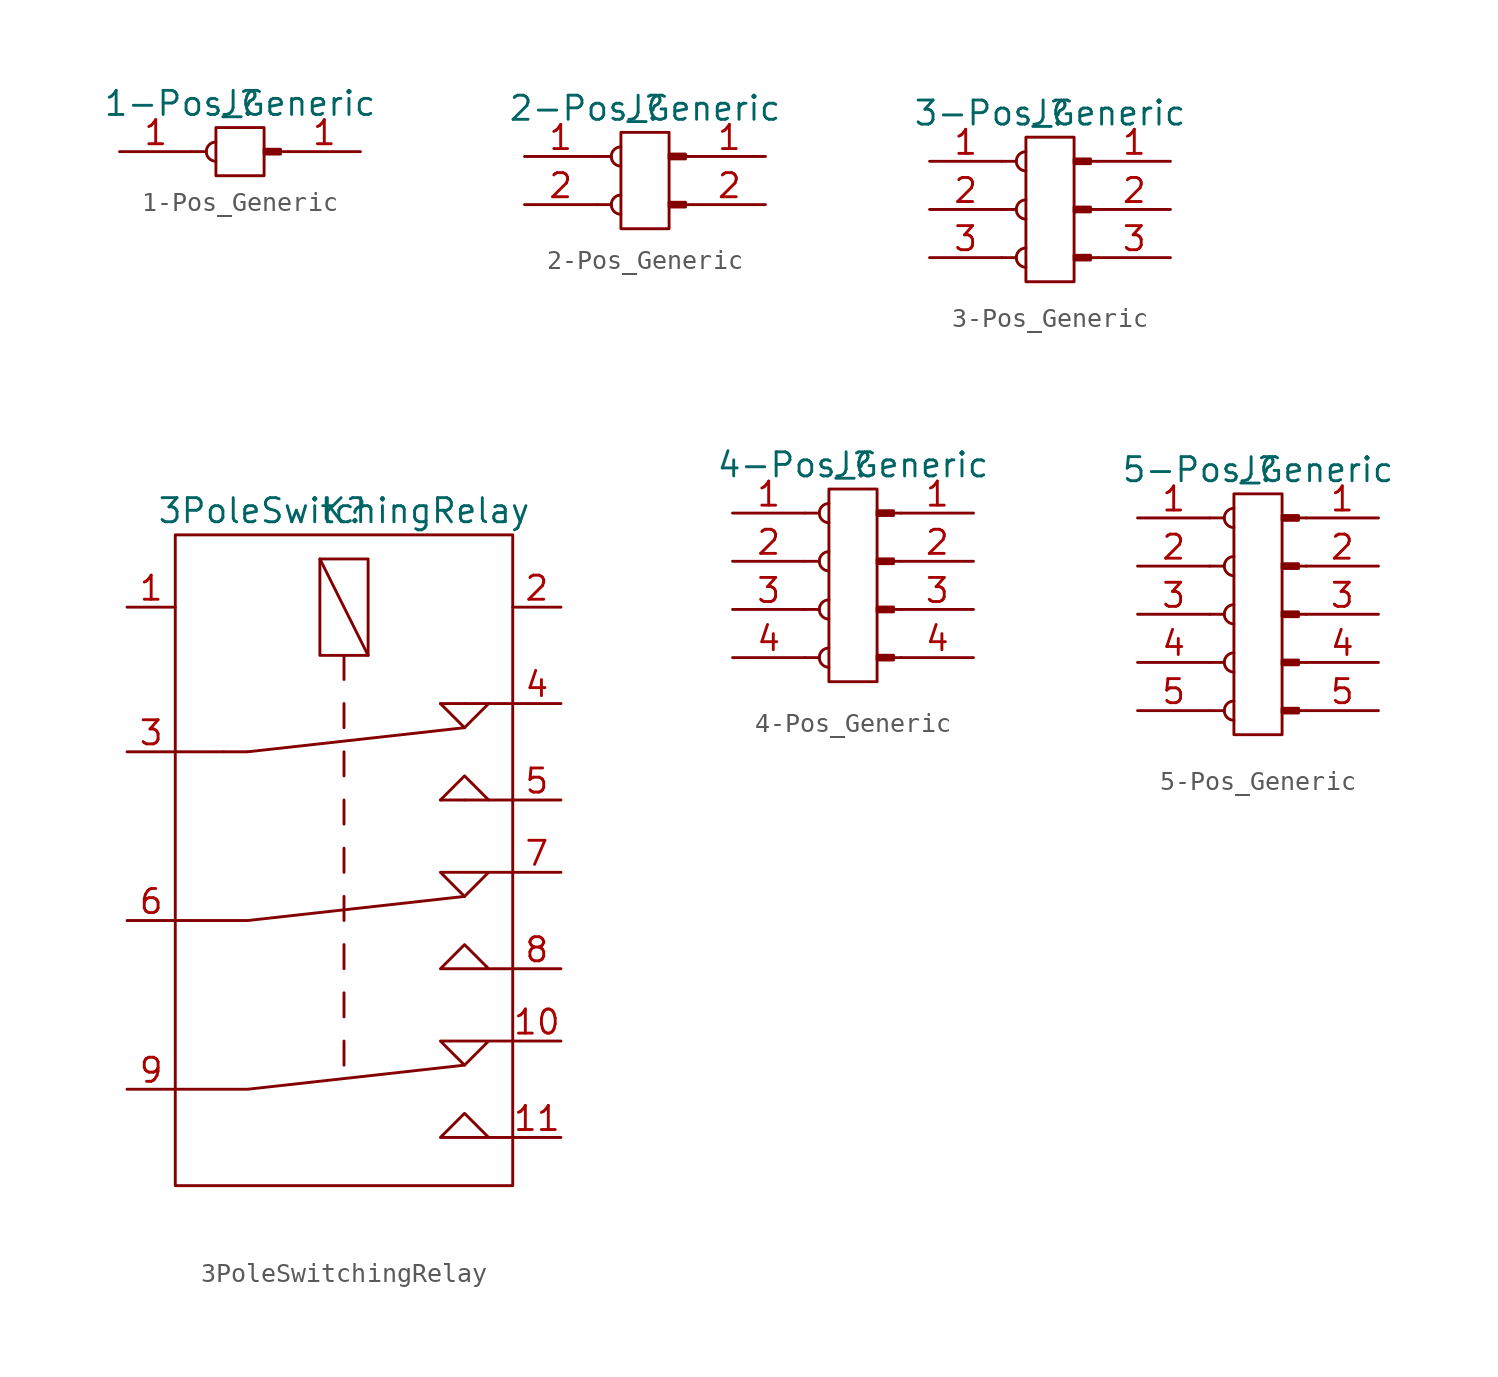
<source format=kicad_sym>
(kicad_symbol_lib
  (version 20211014)
  (generator kicad_symbol_editor)
  (symbol "1-Pos_Generic"
    (pin_names
      (offset 1.016))
    (property "Reference" "J"
      (at 0 0 0)
      (effects (font (size 1.27 1.27))))
    (property "Value" "1-Pos_Generic"
      (at 0 0 0)
      (effects (font (size 1.27 1.27))))
    (symbol "1-Pos_Generic_0_1"
      (rectangle (start -1.27 -1.27) (end 1.27 -3.81) (stroke (width 0) (type default) (color 0 0 0 0)) (fill (type none))))
    (symbol "1-Pos_Generic_1_1"
      (arc (start -1.27 -2.032) (mid -1.778 -2.54) (end -1.27 -3.048) (stroke (width 0.1524) (type default) (color 0 0 0 0)) (fill (type none)))
      (polyline (pts (xy -2.54 -2.54) (xy -1.778 -2.54)) (stroke (width 0.152) (type default) (color 0 0 0 0)) (fill (type none)))
      (polyline (pts (xy 2.54 -2.54) (xy 2.134 -2.54)) (stroke (width 0.152) (type default) (color 0 0 0 0)) (fill (type none)))
      (rectangle (start 2.134 -2.413) (end 1.27 -2.667) (stroke (width 0.152) (type default) (color 0 0 0 0)) (fill (type outline)))
      (pin passive line (at -6.35 -2.54 0) (length 3.81) (name "~" (effects (font (size 1.27 1.27)))) (number "1" (effects (font (size 1.27 1.27)))))
      (pin passive line (at 6.35 -2.54 180) (length 3.81) (name "~" (effects (font (size 1.27 1.27)))) (number "1" (effects (font (size 1.27 1.27)))))))
  (symbol "2-Pos_Generic"
    (pin_names
      (offset 1.016))
    (property "Reference" "J"
      (at 0 0 0)
      (effects (font (size 1.27 1.27))))
    (property "Value" "2-Pos_Generic"
      (at 0 0 0)
      (effects (font (size 1.27 1.27))))
    (symbol "2-Pos_Generic_0_1"
      (rectangle (start -1.27 -1.27) (end 1.27 -6.35) (stroke (width 0) (type default) (color 0 0 0 0)) (fill (type none))))
    (symbol "2-Pos_Generic_1_1"
      (arc (start -1.27 -4.572) (mid -1.778 -5.08) (end -1.27 -5.588) (stroke (width 0.1524) (type default) (color 0 0 0 0)) (fill (type none)))
      (arc (start -1.27 -2.032) (mid -1.778 -2.54) (end -1.27 -3.048) (stroke (width 0.1524) (type default) (color 0 0 0 0)) (fill (type none)))
      (polyline (pts (xy -2.54 -5.08) (xy -1.778 -5.08)) (stroke (width 0.152) (type default) (color 0 0 0 0)) (fill (type none)))
      (polyline (pts (xy -2.54 -2.54) (xy -1.778 -2.54)) (stroke (width 0.152) (type default) (color 0 0 0 0)) (fill (type none)))
      (polyline (pts (xy 2.54 -5.08) (xy 2.134 -5.08)) (stroke (width 0.152) (type default) (color 0 0 0 0)) (fill (type none)))
      (polyline (pts (xy 2.54 -2.54) (xy 2.134 -2.54)) (stroke (width 0.152) (type default) (color 0 0 0 0)) (fill (type none)))
      (rectangle (start 2.134 -4.953) (end 1.27 -5.207) (stroke (width 0.152) (type default) (color 0 0 0 0)) (fill (type outline)))
      (rectangle (start 2.134 -2.413) (end 1.27 -2.667) (stroke (width 0.152) (type default) (color 0 0 0 0)) (fill (type outline)))
      (pin passive line (at -6.35 -2.54 0) (length 3.81) (name "~" (effects (font (size 1.27 1.27)))) (number "1" (effects (font (size 1.27 1.27)))))
      (pin passive line (at 6.35 -2.54 180) (length 3.81) (name "~" (effects (font (size 1.27 1.27)))) (number "1" (effects (font (size 1.27 1.27)))))
      (pin passive line (at -6.35 -5.08 0) (length 3.81) (name "~" (effects (font (size 1.27 1.27)))) (number "2" (effects (font (size 1.27 1.27)))))
      (pin passive line (at 6.35 -5.08 180) (length 3.81) (name "~" (effects (font (size 1.27 1.27)))) (number "2" (effects (font (size 1.27 1.27)))))))
  (symbol "3-Pos_Generic"
    (pin_names
      (offset 1.016))
    (property "Reference" "J"
      (at 0 0 0)
      (effects (font (size 1.27 1.27))))
    (property "Value" "3-Pos_Generic"
      (at 0 0 0)
      (effects (font (size 1.27 1.27))))
    (symbol "3-Pos_Generic_0_1"
      (rectangle (start -1.27 -1.27) (end 1.27 -8.89) (stroke (width 0) (type default) (color 0 0 0 0)) (fill (type none))))
    (symbol "3-Pos_Generic_1_1"
      (arc (start -1.27 -7.112) (mid -1.778 -7.62) (end -1.27 -8.128) (stroke (width 0.1524) (type default) (color 0 0 0 0)) (fill (type none)))
      (arc (start -1.27 -4.572) (mid -1.778 -5.08) (end -1.27 -5.588) (stroke (width 0.1524) (type default) (color 0 0 0 0)) (fill (type none)))
      (arc (start -1.27 -2.032) (mid -1.778 -2.54) (end -1.27 -3.048) (stroke (width 0.1524) (type default) (color 0 0 0 0)) (fill (type none)))
      (polyline (pts (xy -2.54 -7.62) (xy -1.778 -7.62)) (stroke (width 0.152) (type default) (color 0 0 0 0)) (fill (type none)))
      (polyline (pts (xy -2.54 -5.08) (xy -1.778 -5.08)) (stroke (width 0.152) (type default) (color 0 0 0 0)) (fill (type none)))
      (polyline (pts (xy -2.54 -2.54) (xy -1.778 -2.54)) (stroke (width 0.152) (type default) (color 0 0 0 0)) (fill (type none)))
      (polyline (pts (xy 2.54 -7.62) (xy 2.134 -7.62)) (stroke (width 0.152) (type default) (color 0 0 0 0)) (fill (type none)))
      (polyline (pts (xy 2.54 -5.08) (xy 2.134 -5.08)) (stroke (width 0.152) (type default) (color 0 0 0 0)) (fill (type none)))
      (polyline (pts (xy 2.54 -2.54) (xy 2.134 -2.54)) (stroke (width 0.152) (type default) (color 0 0 0 0)) (fill (type none)))
      (rectangle (start 2.134 -7.493) (end 1.27 -7.747) (stroke (width 0.152) (type default) (color 0 0 0 0)) (fill (type outline)))
      (rectangle (start 2.134 -4.953) (end 1.27 -5.207) (stroke (width 0.152) (type default) (color 0 0 0 0)) (fill (type outline)))
      (rectangle (start 2.134 -2.413) (end 1.27 -2.667) (stroke (width 0.152) (type default) (color 0 0 0 0)) (fill (type outline)))
      (pin passive line (at -6.35 -2.54 0) (length 3.81) (name "~" (effects (font (size 1.27 1.27)))) (number "1" (effects (font (size 1.27 1.27)))))
      (pin passive line (at 6.35 -2.54 180) (length 3.81) (name "~" (effects (font (size 1.27 1.27)))) (number "1" (effects (font (size 1.27 1.27)))))
      (pin passive line (at -6.35 -5.08 0) (length 3.81) (name "~" (effects (font (size 1.27 1.27)))) (number "2" (effects (font (size 1.27 1.27)))))
      (pin passive line (at 6.35 -5.08 180) (length 3.81) (name "~" (effects (font (size 1.27 1.27)))) (number "2" (effects (font (size 1.27 1.27)))))
      (pin passive line (at -6.35 -7.62 0) (length 3.81) (name "~" (effects (font (size 1.27 1.27)))) (number "3" (effects (font (size 1.27 1.27)))))
      (pin passive line (at 6.35 -7.62 180) (length 3.81) (name "~" (effects (font (size 1.27 1.27)))) (number "3" (effects (font (size 1.27 1.27)))))))
  (symbol "3PoleSwitchingRelay"
    (pin_names
      (offset 1.016))
    (property "Reference" "K"
      (at 0 0 0)
      (effects (font (size 1.27 1.27))))
    (property "Value" "3PoleSwitchingRelay"
      (at 0 0 0)
      (effects (font (size 1.27 1.27))))
    (symbol "3PoleSwitchingRelay_0_1"
      (rectangle (start -8.89 -1.27) (end 8.89 -35.56) (stroke (width 0) (type default) (color 0 0 0 0)) (fill (type none)))
      (rectangle (start -1.27 -2.54) (end 1.27 -7.62) (stroke (width 0) (type default) (color 0 0 0 0)) (fill (type none)))
      (polyline (pts (xy -8.89 -12.7) (xy -6.35 -12.7)) (stroke (width 0) (type default) (color 0 0 0 0)) (fill (type none)))
      (polyline (pts (xy -6.35 -12.7) (xy -5.08 -12.7)) (stroke (width 0) (type default) (color 0 0 0 0)) (fill (type none)))
      (polyline (pts (xy -5.08 -12.7) (xy 6.35 -11.43)) (stroke (width 0) (type default) (color 0 0 0 0)) (fill (type none)))
      (polyline (pts (xy -1.27 -2.54) (xy 1.27 -7.62)) (stroke (width 0) (type default) (color 0 0 0 0)) (fill (type none)))
      (polyline (pts (xy 0 -27.94) (xy 0 -29.21)) (stroke (width 0) (type default) (color 0 0 0 0)) (fill (type none)))
      (polyline (pts (xy 0 -25.4) (xy 0 -26.67)) (stroke (width 0) (type default) (color 0 0 0 0)) (fill (type none)))
      (polyline (pts (xy 0 -22.86) (xy 0 -24.13)) (stroke (width 0) (type default) (color 0 0 0 0)) (fill (type none)))
      (polyline (pts (xy 0 -20.32) (xy 0 -21.59)) (stroke (width 0) (type default) (color 0 0 0 0)) (fill (type none)))
      (polyline (pts (xy 0 -17.78) (xy 0 -19.05)) (stroke (width 0) (type default) (color 0 0 0 0)) (fill (type none)))
      (polyline (pts (xy 0 -15.24) (xy 0 -16.51)) (stroke (width 0) (type default) (color 0 0 0 0)) (fill (type none)))
      (polyline (pts (xy 0 -12.7) (xy 0 -13.97)) (stroke (width 0) (type default) (color 0 0 0 0)) (fill (type none)))
      (polyline (pts (xy 0 -10.16) (xy 0 -11.43)) (stroke (width 0) (type default) (color 0 0 0 0)) (fill (type none)))
      (polyline (pts (xy 0 -7.62) (xy 0 -8.89)) (stroke (width 0) (type default) (color 0 0 0 0)) (fill (type none)))
      (polyline (pts (xy 6.35 -15.24) (xy 5.08 -15.24)) (stroke (width 0) (type default) (color 0 0 0 0)) (fill (type none)))
      (polyline (pts (xy 6.35 -10.16) (xy 5.08 -10.16)) (stroke (width 0) (type default) (color 0 0 0 0)) (fill (type none)))
      (polyline (pts (xy 8.89 -15.24) (xy 6.35 -15.24)) (stroke (width 0) (type default) (color 0 0 0 0)) (fill (type none)))
      (polyline (pts (xy 8.89 -10.16) (xy 6.35 -10.16)) (stroke (width 0) (type default) (color 0 0 0 0)) (fill (type none)))
      (polyline (pts (xy -8.89 -30.48) (xy -5.08 -30.48) (xy 6.35 -29.21)) (stroke (width 0) (type default) (color 0 0 0 0)) (fill (type none)))
      (polyline (pts (xy -8.89 -21.59) (xy -5.08 -21.59) (xy 6.35 -20.32)) (stroke (width 0) (type default) (color 0 0 0 0)) (fill (type none)))
      (polyline (pts (xy 5.08 -15.24) (xy 6.35 -13.97) (xy 7.62 -15.24)) (stroke (width 0) (type default) (color 0 0 0 0)) (fill (type none)))
      (polyline (pts (xy 5.08 -10.16) (xy 6.35 -11.43) (xy 7.62 -10.16)) (stroke (width 0) (type default) (color 0 0 0 0)) (fill (type none)))
      (polyline (pts (xy 8.89 -33.02) (xy 5.08 -33.02) (xy 6.35 -31.75) (xy 7.62 -33.02)) (stroke (width 0) (type default) (color 0 0 0 0)) (fill (type none)))
      (polyline (pts (xy 8.89 -27.94) (xy 5.08 -27.94) (xy 6.35 -29.21) (xy 7.62 -27.94)) (stroke (width 0) (type default) (color 0 0 0 0)) (fill (type none)))
      (polyline (pts (xy 8.89 -24.13) (xy 5.08 -24.13) (xy 6.35 -22.86) (xy 7.62 -24.13)) (stroke (width 0) (type default) (color 0 0 0 0)) (fill (type none)))
      (polyline (pts (xy 8.89 -19.05) (xy 5.08 -19.05) (xy 6.35 -20.32) (xy 7.62 -19.05)) (stroke (width 0) (type default) (color 0 0 0 0)) (fill (type none))))
    (symbol "3PoleSwitchingRelay_1_1"
      (pin passive line (at -11.43 -5.08 0) (length 2.54) (name "~" (effects (font (size 1.27 1.27)))) (number "1" (effects (font (size 1.27 1.27)))))
      (pin passive line (at 11.43 -27.94 180) (length 2.54) (name "~" (effects (font (size 1.27 1.27)))) (number "10" (effects (font (size 1.27 1.27)))))
      (pin passive line (at 11.43 -33.02 180) (length 2.54) (name "~" (effects (font (size 1.27 1.27)))) (number "11" (effects (font (size 1.27 1.27)))))
      (pin passive line (at 11.43 -5.08 180) (length 2.54) (name "~" (effects (font (size 1.27 1.27)))) (number "2" (effects (font (size 1.27 1.27)))))
      (pin passive line (at -11.43 -12.7 0) (length 2.54) (name "~" (effects (font (size 1.27 1.27)))) (number "3" (effects (font (size 1.27 1.27)))))
      (pin passive line (at 11.43 -10.16 180) (length 2.54) (name "~" (effects (font (size 1.27 1.27)))) (number "4" (effects (font (size 1.27 1.27)))))
      (pin passive line (at 11.43 -15.24 180) (length 2.54) (name "~" (effects (font (size 1.27 1.27)))) (number "5" (effects (font (size 1.27 1.27)))))
      (pin passive line (at -11.43 -21.59 0) (length 2.54) (name "~" (effects (font (size 1.27 1.27)))) (number "6" (effects (font (size 1.27 1.27)))))
      (pin passive line (at 11.43 -19.05 180) (length 2.54) (name "~" (effects (font (size 1.27 1.27)))) (number "7" (effects (font (size 1.27 1.27)))))
      (pin passive line (at 11.43 -24.13 180) (length 2.54) (name "~" (effects (font (size 1.27 1.27)))) (number "8" (effects (font (size 1.27 1.27)))))
      (pin passive line (at -11.43 -30.48 0) (length 2.54) (name "~" (effects (font (size 1.27 1.27)))) (number "9" (effects (font (size 1.27 1.27)))))))
  (symbol "4-Pos_Generic"
    (pin_names
      (offset 1.016))
    (property "Reference" "J"
      (at 0 0 0)
      (effects (font (size 1.27 1.27))))
    (property "Value" "4-Pos_Generic"
      (at 0 0 0)
      (effects (font (size 1.27 1.27))))
    (symbol "4-Pos_Generic_0_1"
      (rectangle (start -1.27 -1.27) (end 1.27 -11.43) (stroke (width 0) (type default) (color 0 0 0 0)) (fill (type none))))
    (symbol "4-Pos_Generic_1_1"
      (arc (start -1.27 -9.652) (mid -1.778 -10.16) (end -1.27 -10.668) (stroke (width 0.1524) (type default) (color 0 0 0 0)) (fill (type none)))
      (arc (start -1.27 -7.112) (mid -1.778 -7.62) (end -1.27 -8.128) (stroke (width 0.1524) (type default) (color 0 0 0 0)) (fill (type none)))
      (arc (start -1.27 -4.572) (mid -1.778 -5.08) (end -1.27 -5.588) (stroke (width 0.1524) (type default) (color 0 0 0 0)) (fill (type none)))
      (arc (start -1.27 -2.032) (mid -1.778 -2.54) (end -1.27 -3.048) (stroke (width 0.1524) (type default) (color 0 0 0 0)) (fill (type none)))
      (polyline (pts (xy -2.54 -10.16) (xy -1.778 -10.16)) (stroke (width 0.152) (type default) (color 0 0 0 0)) (fill (type none)))
      (polyline (pts (xy -2.54 -7.62) (xy -1.778 -7.62)) (stroke (width 0.152) (type default) (color 0 0 0 0)) (fill (type none)))
      (polyline (pts (xy -2.54 -5.08) (xy -1.778 -5.08)) (stroke (width 0.152) (type default) (color 0 0 0 0)) (fill (type none)))
      (polyline (pts (xy -2.54 -2.54) (xy -1.778 -2.54)) (stroke (width 0.152) (type default) (color 0 0 0 0)) (fill (type none)))
      (polyline (pts (xy 2.54 -10.16) (xy 2.134 -10.16)) (stroke (width 0.152) (type default) (color 0 0 0 0)) (fill (type none)))
      (polyline (pts (xy 2.54 -7.62) (xy 2.134 -7.62)) (stroke (width 0.152) (type default) (color 0 0 0 0)) (fill (type none)))
      (polyline (pts (xy 2.54 -5.08) (xy 2.134 -5.08)) (stroke (width 0.152) (type default) (color 0 0 0 0)) (fill (type none)))
      (polyline (pts (xy 2.54 -2.54) (xy 2.134 -2.54)) (stroke (width 0.152) (type default) (color 0 0 0 0)) (fill (type none)))
      (rectangle (start 2.134 -10.033) (end 1.27 -10.287) (stroke (width 0.152) (type default) (color 0 0 0 0)) (fill (type outline)))
      (rectangle (start 2.134 -7.493) (end 1.27 -7.747) (stroke (width 0.152) (type default) (color 0 0 0 0)) (fill (type outline)))
      (rectangle (start 2.134 -4.953) (end 1.27 -5.207) (stroke (width 0.152) (type default) (color 0 0 0 0)) (fill (type outline)))
      (rectangle (start 2.134 -2.413) (end 1.27 -2.667) (stroke (width 0.152) (type default) (color 0 0 0 0)) (fill (type outline)))
      (pin passive line (at -6.35 -2.54 0) (length 3.81) (name "~" (effects (font (size 1.27 1.27)))) (number "1" (effects (font (size 1.27 1.27)))))
      (pin passive line (at 6.35 -2.54 180) (length 3.81) (name "~" (effects (font (size 1.27 1.27)))) (number "1" (effects (font (size 1.27 1.27)))))
      (pin passive line (at -6.35 -5.08 0) (length 3.81) (name "~" (effects (font (size 1.27 1.27)))) (number "2" (effects (font (size 1.27 1.27)))))
      (pin passive line (at 6.35 -5.08 180) (length 3.81) (name "~" (effects (font (size 1.27 1.27)))) (number "2" (effects (font (size 1.27 1.27)))))
      (pin passive line (at -6.35 -7.62 0) (length 3.81) (name "~" (effects (font (size 1.27 1.27)))) (number "3" (effects (font (size 1.27 1.27)))))
      (pin passive line (at 6.35 -7.62 180) (length 3.81) (name "~" (effects (font (size 1.27 1.27)))) (number "3" (effects (font (size 1.27 1.27)))))
      (pin passive line (at -6.35 -10.16 0) (length 3.81) (name "~" (effects (font (size 1.27 1.27)))) (number "4" (effects (font (size 1.27 1.27)))))
      (pin passive line (at 6.35 -10.16 180) (length 3.81) (name "~" (effects (font (size 1.27 1.27)))) (number "4" (effects (font (size 1.27 1.27)))))))
  (symbol "5-Pos_Generic"
    (pin_names
      (offset 1.016))
    (property "Reference" "J"
      (at 0 0 0)
      (effects (font (size 1.27 1.27))))
    (property "Value" "5-Pos_Generic"
      (at 0 0 0)
      (effects (font (size 1.27 1.27))))
    (symbol "5-Pos_Generic_0_1"
      (rectangle (start -1.27 -1.27) (end 1.27 -13.97) (stroke (width 0) (type default) (color 0 0 0 0)) (fill (type none))))
    (symbol "5-Pos_Generic_1_1"
      (arc (start -1.27 -12.192) (mid -1.778 -12.7) (end -1.27 -13.208) (stroke (width 0.1524) (type default) (color 0 0 0 0)) (fill (type none)))
      (arc (start -1.27 -9.652) (mid -1.778 -10.16) (end -1.27 -10.668) (stroke (width 0.1524) (type default) (color 0 0 0 0)) (fill (type none)))
      (arc (start -1.27 -7.112) (mid -1.778 -7.62) (end -1.27 -8.128) (stroke (width 0.1524) (type default) (color 0 0 0 0)) (fill (type none)))
      (arc (start -1.27 -4.572) (mid -1.778 -5.08) (end -1.27 -5.588) (stroke (width 0.1524) (type default) (color 0 0 0 0)) (fill (type none)))
      (arc (start -1.27 -2.032) (mid -1.778 -2.54) (end -1.27 -3.048) (stroke (width 0.1524) (type default) (color 0 0 0 0)) (fill (type none)))
      (polyline (pts (xy -2.54 -12.7) (xy -1.778 -12.7)) (stroke (width 0.152) (type default) (color 0 0 0 0)) (fill (type none)))
      (polyline (pts (xy -2.54 -10.16) (xy -1.778 -10.16)) (stroke (width 0.152) (type default) (color 0 0 0 0)) (fill (type none)))
      (polyline (pts (xy -2.54 -7.62) (xy -1.778 -7.62)) (stroke (width 0.152) (type default) (color 0 0 0 0)) (fill (type none)))
      (polyline (pts (xy -2.54 -5.08) (xy -1.778 -5.08)) (stroke (width 0.152) (type default) (color 0 0 0 0)) (fill (type none)))
      (polyline (pts (xy -2.54 -2.54) (xy -1.778 -2.54)) (stroke (width 0.152) (type default) (color 0 0 0 0)) (fill (type none)))
      (polyline (pts (xy 2.54 -12.7) (xy 2.134 -12.7)) (stroke (width 0.152) (type default) (color 0 0 0 0)) (fill (type none)))
      (polyline (pts (xy 2.54 -10.16) (xy 2.134 -10.16)) (stroke (width 0.152) (type default) (color 0 0 0 0)) (fill (type none)))
      (polyline (pts (xy 2.54 -7.62) (xy 2.134 -7.62)) (stroke (width 0.152) (type default) (color 0 0 0 0)) (fill (type none)))
      (polyline (pts (xy 2.54 -5.08) (xy 2.134 -5.08)) (stroke (width 0.152) (type default) (color 0 0 0 0)) (fill (type none)))
      (polyline (pts (xy 2.54 -2.54) (xy 2.134 -2.54)) (stroke (width 0.152) (type default) (color 0 0 0 0)) (fill (type none)))
      (rectangle (start 2.134 -12.573) (end 1.27 -12.827) (stroke (width 0.152) (type default) (color 0 0 0 0)) (fill (type outline)))
      (rectangle (start 2.134 -10.033) (end 1.27 -10.287) (stroke (width 0.152) (type default) (color 0 0 0 0)) (fill (type outline)))
      (rectangle (start 2.134 -7.493) (end 1.27 -7.747) (stroke (width 0.152) (type default) (color 0 0 0 0)) (fill (type outline)))
      (rectangle (start 2.134 -4.953) (end 1.27 -5.207) (stroke (width 0.152) (type default) (color 0 0 0 0)) (fill (type outline)))
      (rectangle (start 2.134 -2.413) (end 1.27 -2.667) (stroke (width 0.152) (type default) (color 0 0 0 0)) (fill (type outline)))
      (pin passive line (at -6.35 -2.54 0) (length 3.81) (name "~" (effects (font (size 1.27 1.27)))) (number "1" (effects (font (size 1.27 1.27)))))
      (pin passive line (at 6.35 -2.54 180) (length 3.81) (name "~" (effects (font (size 1.27 1.27)))) (number "1" (effects (font (size 1.27 1.27)))))
      (pin passive line (at -6.35 -5.08 0) (length 3.81) (name "~" (effects (font (size 1.27 1.27)))) (number "2" (effects (font (size 1.27 1.27)))))
      (pin passive line (at 6.35 -5.08 180) (length 3.81) (name "~" (effects (font (size 1.27 1.27)))) (number "2" (effects (font (size 1.27 1.27)))))
      (pin passive line (at -6.35 -7.62 0) (length 3.81) (name "~" (effects (font (size 1.27 1.27)))) (number "3" (effects (font (size 1.27 1.27)))))
      (pin passive line (at 6.35 -7.62 180) (length 3.81) (name "~" (effects (font (size 1.27 1.27)))) (number "3" (effects (font (size 1.27 1.27)))))
      (pin passive line (at -6.35 -10.16 0) (length 3.81) (name "~" (effects (font (size 1.27 1.27)))) (number "4" (effects (font (size 1.27 1.27)))))
      (pin passive line (at 6.35 -10.16 180) (length 3.81) (name "~" (effects (font (size 1.27 1.27)))) (number "4" (effects (font (size 1.27 1.27)))))
      (pin passive line (at -6.35 -12.7 0) (length 3.81) (name "~" (effects (font (size 1.27 1.27)))) (number "5" (effects (font (size 1.27 1.27)))))
      (pin passive line (at 6.35 -12.7 180) (length 3.81) (name "~" (effects (font (size 1.27 1.27)))) (number "5" (effects (font (size 1.27 1.27))))))))
</source>
